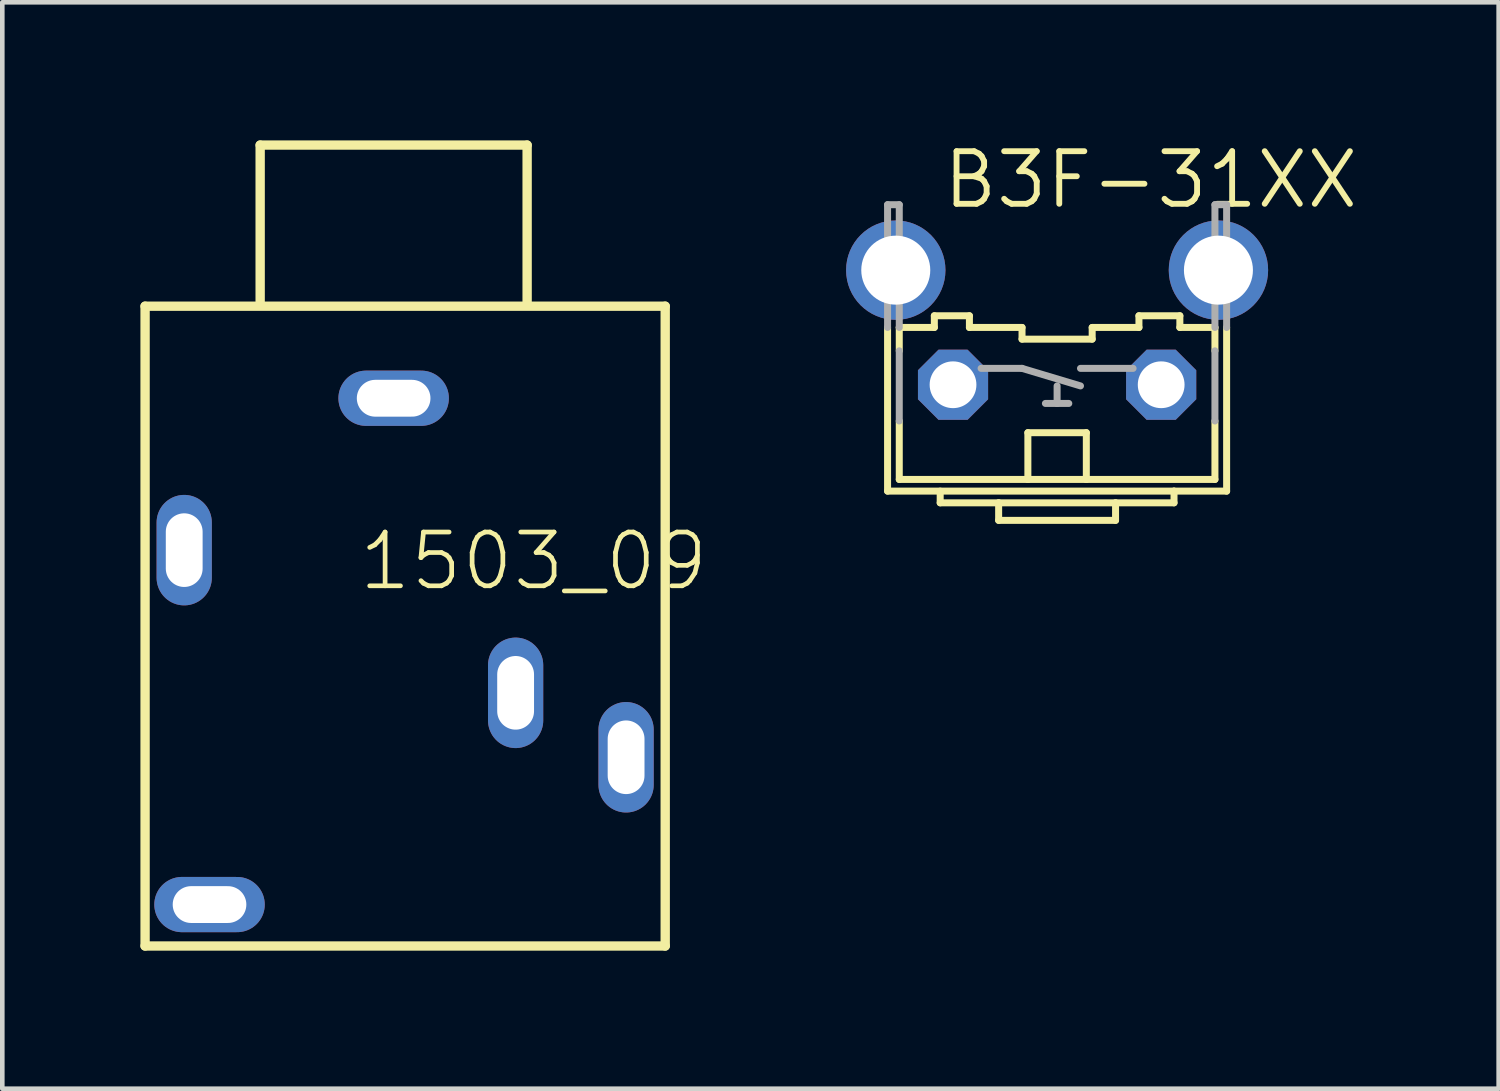
<source format=kicad_pcb>
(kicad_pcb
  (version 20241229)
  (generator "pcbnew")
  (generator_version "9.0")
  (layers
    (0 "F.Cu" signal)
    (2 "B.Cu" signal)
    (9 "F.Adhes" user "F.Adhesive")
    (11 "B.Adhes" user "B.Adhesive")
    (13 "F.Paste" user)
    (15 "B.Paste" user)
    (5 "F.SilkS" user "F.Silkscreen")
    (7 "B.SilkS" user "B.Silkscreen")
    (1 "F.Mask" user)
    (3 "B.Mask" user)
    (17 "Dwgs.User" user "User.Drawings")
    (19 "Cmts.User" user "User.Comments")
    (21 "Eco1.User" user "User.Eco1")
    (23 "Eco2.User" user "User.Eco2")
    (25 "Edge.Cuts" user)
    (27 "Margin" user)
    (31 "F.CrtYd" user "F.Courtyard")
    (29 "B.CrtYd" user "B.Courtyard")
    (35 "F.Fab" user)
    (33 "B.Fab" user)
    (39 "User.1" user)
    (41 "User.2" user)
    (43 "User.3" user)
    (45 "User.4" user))
  (footprint "B3F-31XX"
    (layer "F.Cu")
    (at 19.916 4.064)
    (property "Reference" "B3F-31XX" (at -2.54 -2.54 0) (unlocked yes) (layer "F.SilkS") (effects (font (size 1.143 1.143) (thickness 0.127)) (justify left bottom)))
    (fp_line (start -3.683 0) (end -3.683 3.556) (stroke (width 0.152) (type solid)) (layer "F.SilkS"))
    (fp_line (start -3.429 0) (end -2.667 0) (stroke (width 0.152) (type solid)) (layer "F.SilkS"))
    (fp_line (start -3.429 0.508) (end -3.429 0) (stroke (width 0.152) (type solid)) (layer "F.SilkS"))
    (fp_line (start -3.429 2.032) (end -3.429 3.302) (stroke (width 0.152) (type solid)) (layer "F.SilkS"))
    (fp_line (start -3.429 3.302) (end -0.635 3.302) (stroke (width 0.152) (type solid)) (layer "F.SilkS"))
    (fp_line (start -2.667 -0.254) (end -2.667 0) (stroke (width 0.152) (type solid)) (layer "F.SilkS"))
    (fp_line (start -2.667 -0.254) (end -1.905 -0.254) (stroke (width 0.152) (type solid)) (layer "F.SilkS"))
    (fp_line (start -2.54 3.556) (end -2.54 3.81) (stroke (width 0.152) (type solid)) (layer "F.SilkS"))
    (fp_line (start -2.54 3.81) (end -1.27 3.81) (stroke (width 0.152) (type solid)) (layer "F.SilkS"))
    (fp_line (start -1.905 0) (end -1.905 -0.254) (stroke (width 0.152) (type solid)) (layer "F.SilkS"))
    (fp_line (start -1.905 0) (end -0.762 0) (stroke (width 0.152) (type solid)) (layer "F.SilkS"))
    (fp_line (start -1.27 3.81) (end -1.27 4.191) (stroke (width 0.152) (type solid)) (layer "F.SilkS"))
    (fp_line (start -1.27 3.81) (end 1.27 3.81) (stroke (width 0.152) (type solid)) (layer "F.SilkS"))
    (fp_line (start -1.27 4.191) (end 1.27 4.191) (stroke (width 0.152) (type solid)) (layer "F.SilkS"))
    (fp_line (start -0.762 0.254) (end -0.762 0) (stroke (width 0.152) (type solid)) (layer "F.SilkS"))
    (fp_line (start -0.762 0.254) (end 0.762 0.254) (stroke (width 0.152) (type solid)) (layer "F.SilkS"))
    (fp_line (start -0.635 2.286) (end 0.635 2.286) (stroke (width 0.152) (type solid)) (layer "F.SilkS"))
    (fp_line (start -0.635 3.302) (end -0.635 2.286) (stroke (width 0.152) (type solid)) (layer "F.SilkS"))
    (fp_line (start -0.635 3.302) (end 0.635 3.302) (stroke (width 0.152) (type solid)) (layer "F.SilkS"))
    (fp_line (start 0.635 3.302) (end 0.635 2.286) (stroke (width 0.152) (type solid)) (layer "F.SilkS"))
    (fp_line (start 0.635 3.302) (end 3.429 3.302) (stroke (width 0.152) (type solid)) (layer "F.SilkS"))
    (fp_line (start 0.762 0) (end 0.762 0.254) (stroke (width 0.152) (type solid)) (layer "F.SilkS"))
    (fp_line (start 0.762 0) (end 1.778 0) (stroke (width 0.152) (type solid)) (layer "F.SilkS"))
    (fp_line (start 1.27 3.81) (end 1.27 4.191) (stroke (width 0.152) (type solid)) (layer "F.SilkS"))
    (fp_line (start 1.27 3.81) (end 2.54 3.81) (stroke (width 0.152) (type solid)) (layer "F.SilkS"))
    (fp_line (start 1.778 -0.254) (end 2.667 -0.254) (stroke (width 0.152) (type solid)) (layer "F.SilkS"))
    (fp_line (start 1.778 0) (end 1.778 -0.254) (stroke (width 0.152) (type solid)) (layer "F.SilkS"))
    (fp_line (start 2.54 3.556) (end -3.683 3.556) (stroke (width 0.152) (type solid)) (layer "F.SilkS"))
    (fp_line (start 2.54 3.556) (end 2.54 3.81) (stroke (width 0.152) (type solid)) (layer "F.SilkS"))
    (fp_line (start 2.667 0) (end 2.667 -0.254) (stroke (width 0.152) (type solid)) (layer "F.SilkS"))
    (fp_line (start 2.667 0) (end 3.429 0) (stroke (width 0.152) (type solid)) (layer "F.SilkS"))
    (fp_line (start 3.429 0.508) (end 3.429 0) (stroke (width 0.152) (type solid)) (layer "F.SilkS"))
    (fp_line (start 3.429 2.032) (end 3.429 3.302) (stroke (width 0.152) (type solid)) (layer "F.SilkS"))
    (fp_line (start 3.683 0) (end 3.683 3.556) (stroke (width 0.152) (type solid)) (layer "F.SilkS"))
    (fp_line (start 3.683 3.556) (end 2.54 3.556) (stroke (width 0.152) (type solid)) (layer "F.SilkS"))
    (fp_line (start -3.683 -2.667) (end -3.429 -2.667) (stroke (width 0.152) (type solid)) (layer "F.Fab"))
    (fp_line (start -3.683 0) (end -3.683 -2.667) (stroke (width 0.152) (type solid)) (layer "F.Fab"))
    (fp_line (start -3.429 -2.667) (end -3.429 0) (stroke (width 0.152) (type solid)) (layer "F.Fab"))
    (fp_line (start -3.429 0.508) (end -3.429 2.032) (stroke (width 0.152) (type solid)) (layer "F.Fab"))
    (fp_line (start -1.651 0.889) (end -0.762 0.889) (stroke (width 0.152) (type solid)) (layer "F.Fab"))
    (fp_line (start -0.762 0.889) (end 0.508 1.27) (stroke (width 0.152) (type solid)) (layer "F.Fab"))
    (fp_line (start -0.254 1.651) (end 0 1.651) (stroke (width 0.152) (type solid)) (layer "F.Fab"))
    (fp_line (start 0 1.27) (end 0 1.651) (stroke (width 0.152) (type solid)) (layer "F.Fab"))
    (fp_line (start 0 1.651) (end 0.254 1.651) (stroke (width 0.152) (type solid)) (layer "F.Fab"))
    (fp_line (start 0.508 0.889) (end 1.651 0.889) (stroke (width 0.152) (type solid)) (layer "F.Fab"))
    (fp_line (start 3.429 -2.667) (end 3.683 -2.667) (stroke (width 0.152) (type solid)) (layer "F.Fab"))
    (fp_line (start 3.429 0) (end 3.429 -2.667) (stroke (width 0.152) (type solid)) (layer "F.Fab"))
    (fp_line (start 3.429 0.508) (end 3.429 2.032) (stroke (width 0.152) (type solid)) (layer "F.Fab"))
    (fp_line (start 3.683 -2.667) (end 3.683 0) (stroke (width 0.152) (type solid)) (layer "F.Fab"))
    (pad "1" thru_hole roundrect (at -2.261 1.245) (size 1.524 1.524) (drill 1.016) (layers "*.Cu" "*.Mask") (roundrect_rratio 0.25) (chamfer_ratio 0.293) (chamfer top_left top_right bottom_left bottom_right))
    (pad "2" thru_hole roundrect (at 2.261 1.245) (size 1.524 1.524) (drill 1.016) (layers "*.Cu" "*.Mask") (roundrect_rratio 0.25) (chamfer_ratio 0.293) (chamfer top_left top_right bottom_left bottom_right))
    (pad "3" thru_hole circle (at -3.505 -1.245) (size 2.159 2.159) (drill 1.499) (layers "*.Cu" "*.Mask"))
    (pad "4" thru_hole circle (at 3.505 -1.245) (size 2.159 2.159) (drill 1.499) (layers "*.Cu" "*.Mask")))
  (footprint "1503_09"
    (layer "F.Cu")
    (at 5.502 3.502)
    (property "Reference" "1503_09" (at -0.809 6.323 0) (layer "F.SilkS") (effects (font (size 1.168 1.168) (thickness 0.102)) (justify left bottom)))
    (fp_line (start -5.4 0.1) (end 5.9 0.1) (stroke (width 0.203) (type solid)) (layer "F.SilkS"))
    (fp_line (start -5.4 14) (end -5.4 0.1) (stroke (width 0.203) (type solid)) (layer "F.SilkS"))
    (fp_line (start -2.9 -3.4) (end 2.9 -3.4) (stroke (width 0.203) (type solid)) (layer "F.SilkS"))
    (fp_line (start -2.9 0) (end -2.9 -3.4) (stroke (width 0.203) (type solid)) (layer "F.SilkS"))
    (fp_line (start 2.9 -3.4) (end 2.9 0) (stroke (width 0.203) (type solid)) (layer "F.SilkS"))
    (fp_line (start 5.9 0.1) (end 5.9 14) (stroke (width 0.203) (type solid)) (layer "F.SilkS"))
    (fp_line (start 5.9 14) (end -5.4 14) (stroke (width 0.203) (type solid)) (layer "F.SilkS"))
    (pad "1" thru_hole oval (at 0 2.1 180) (size 2.4 1.2) (drill oval 1.6 0.8) (layers "*.Cu" "*.Mask"))
    (pad "2" thru_hole oval (at -4.55 5.4 90) (size 2.4 1.2) (drill oval 1.6 0.8) (layers "*.Cu" "*.Mask"))
    (pad "3" thru_hole oval (at 5.05 9.9 90) (size 2.4 1.2) (drill oval 1.6 0.8) (layers "*.Cu" "*.Mask"))
    (pad "4" thru_hole oval (at -4 13.1 180) (size 2.4 1.2) (drill oval 1.6 0.8) (layers "*.Cu" "*.Mask"))
    (pad "5" thru_hole oval (at 2.65 8.5 90) (size 2.4 1.2) (drill oval 1.6 0.8) (layers "*.Cu" "*.Mask")))
  (gr_rect
    (start -3 -3)
    (end 29.509 20.603)
    (stroke (width 0.1) (type default))
    (fill no)
    (layer "Edge.Cuts")))
</source>
